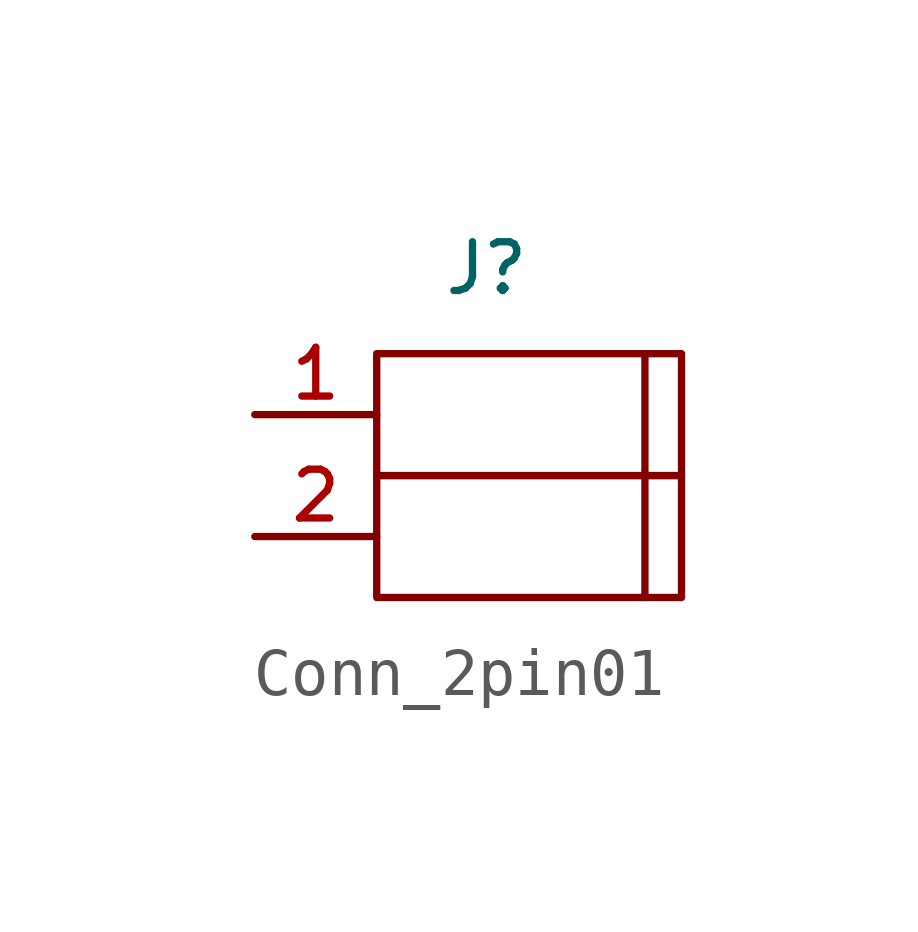
<source format=kicad_sym>
(kicad_symbol_lib
  (version 20231120)
  (generator "kicad_symbol_editor")
  (generator_version "8.0")
  (symbol "Conn_2pin01"
    (pin_names
      (offset 1.016))
    (property "Reference" "J"
      (at -0.254 3.048 0)
      (effects (font (size 1.016 1.016))))
    (symbol "Conn_2pin01_0_1"
      (rectangle (start -2.54 -1.27) (end 3.81 -3.81) (stroke (width 0) (type default)) (fill (type none)))
      (rectangle (start -2.54 1.27) (end 3.81 -1.27) (stroke (width 0) (type default)) (fill (type none)))
      (polyline (pts (xy 3.048 1.27) (xy 3.048 -3.81)) (stroke (width 0) (type default)) (fill (type none))))
    (symbol "Conn_2pin01_1_1"
      (pin bidirectional line (at -5.08 0 0) (length 2.54) (name "~" (effects (font (size 1.016 1.016)))) (number "1" (effects (font (size 1.016 1.016)))))
      (pin bidirectional line (at -5.08 -2.54 0) (length 2.54) (name "~" (effects (font (size 1.016 1.016)))) (number "2" (effects (font (size 1.016 1.016))))))))
</source>
